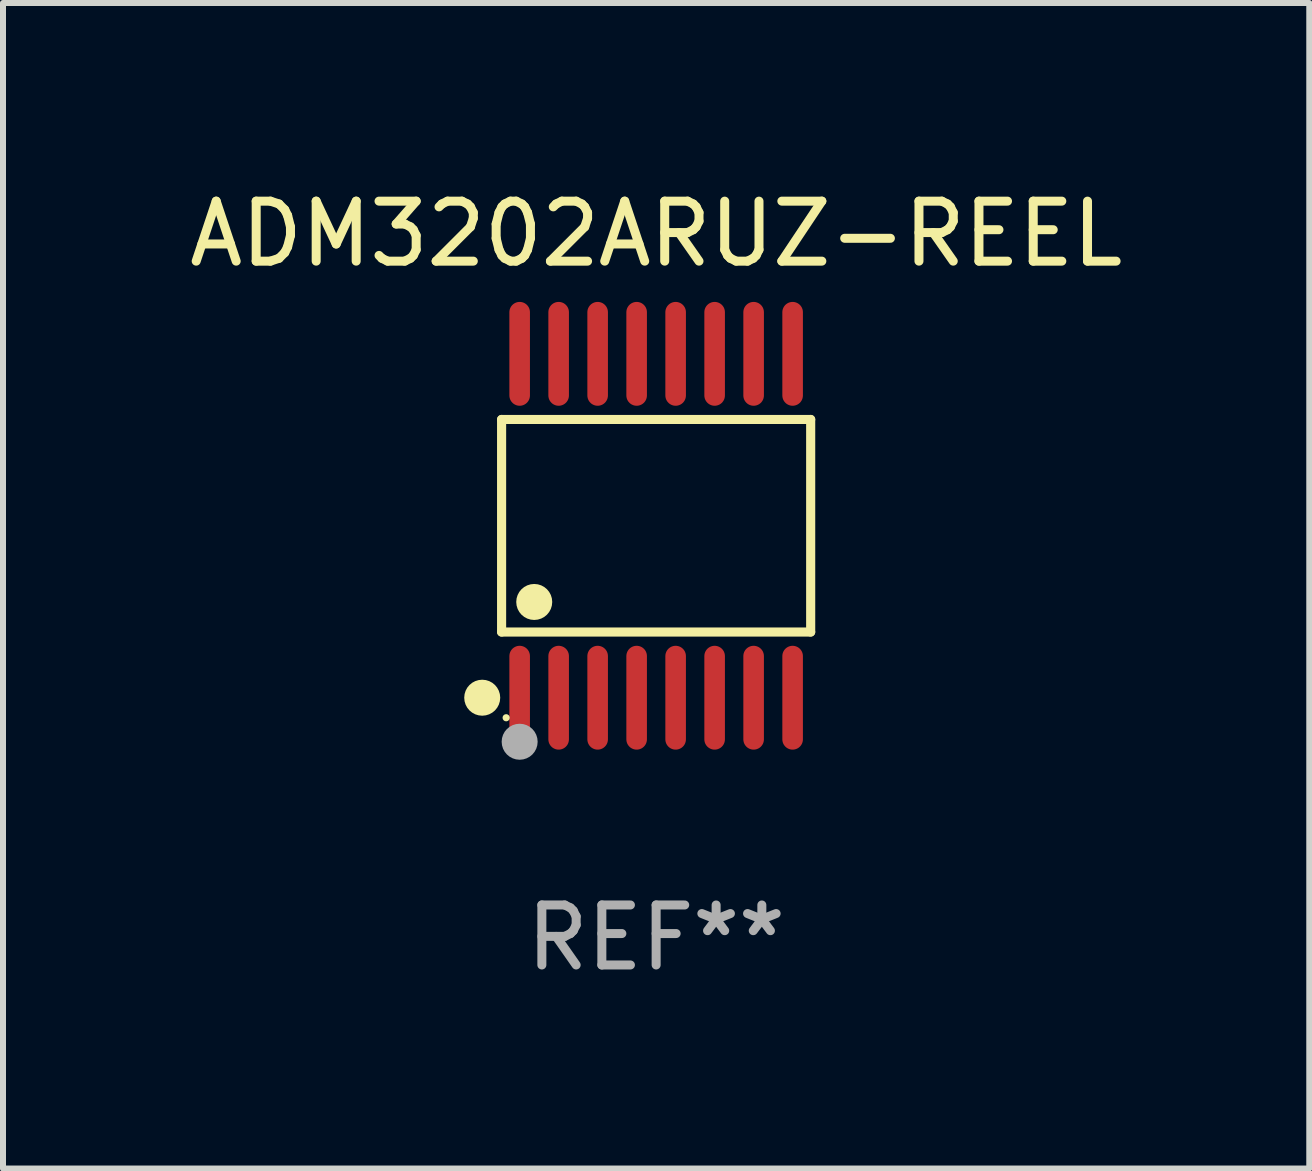
<source format=kicad_pcb>
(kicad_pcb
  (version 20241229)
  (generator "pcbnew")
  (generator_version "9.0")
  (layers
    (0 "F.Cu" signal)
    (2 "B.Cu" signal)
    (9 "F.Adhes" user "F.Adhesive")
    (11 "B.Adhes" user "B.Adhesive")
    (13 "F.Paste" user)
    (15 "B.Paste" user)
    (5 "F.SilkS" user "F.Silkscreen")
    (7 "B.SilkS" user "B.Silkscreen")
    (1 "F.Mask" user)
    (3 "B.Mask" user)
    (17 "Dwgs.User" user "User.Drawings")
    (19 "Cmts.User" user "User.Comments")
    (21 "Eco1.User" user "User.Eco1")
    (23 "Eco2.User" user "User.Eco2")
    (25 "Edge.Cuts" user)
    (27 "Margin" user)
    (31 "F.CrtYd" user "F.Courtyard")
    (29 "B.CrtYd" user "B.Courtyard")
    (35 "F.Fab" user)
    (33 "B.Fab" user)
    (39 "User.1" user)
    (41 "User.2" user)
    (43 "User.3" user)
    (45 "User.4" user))
  (footprint "ADM3202ARUZ-REEL"
    (layer "F.Cu")
    (at 7.887 5.714)
    (property "Reference" "ADM3202ARUZ-REEL" (at 0 -4.866 0) (layer "F.SilkS") (effects (font (size 1 1) (thickness 0.15))))
    (attr through_hole)
    (fp_line (start -2.576 -1.772) (end 2.576 -1.772) (stroke (width 0.152) (type solid)) (layer "F.SilkS"))
    (fp_line (start -2.576 1.771) (end -2.576 -1.772) (stroke (width 0.152) (type solid)) (layer "F.SilkS"))
    (fp_line (start 2.576 -1.772) (end 2.576 1.771) (stroke (width 0.152) (type solid)) (layer "F.SilkS"))
    (fp_line (start 2.576 1.771) (end -2.576 1.771) (stroke (width 0.152) (type solid)) (layer "F.SilkS"))
    (fp_circle (center -2.899 2.866) (end -2.749 2.866) (stroke (width 0.3) (type solid)) (fill no) (layer "F.SilkS"))
    (fp_circle (center -2.5 3.2) (end -2.47 3.2) (stroke (width 0.06) (type solid)) (fill no) (layer "F.SilkS"))
    (fp_circle (center -2.032 1.27) (end -1.882 1.27) (stroke (width 0.3) (type solid)) (fill no) (layer "F.SilkS"))
    (fp_circle (center -2.275 3.6) (end -2.125 3.6) (stroke (width 0.3) (type solid)) (fill no) (layer "F.Fab"))
    (fp_text user "REF**" (at 0 6.866 0) (layer "F.Fab") (effects (font (size 1 1) (thickness 0.15))))
    (pad "1" smd oval (at -2.275 2.866) (size 0.343 1.731) (layers "F.Cu" "F.Mask" "F.Paste"))
    (pad "2" smd oval (at -1.625 2.866) (size 0.343 1.731) (layers "F.Cu" "F.Mask" "F.Paste"))
    (pad "3" smd oval (at -0.975 2.866) (size 0.343 1.731) (layers "F.Cu" "F.Mask" "F.Paste"))
    (pad "4" smd oval (at -0.325 2.866) (size 0.343 1.731) (layers "F.Cu" "F.Mask" "F.Paste"))
    (pad "5" smd oval (at 0.325 2.866) (size 0.343 1.731) (layers "F.Cu" "F.Mask" "F.Paste"))
    (pad "6" smd oval (at 0.975 2.866) (size 0.343 1.731) (layers "F.Cu" "F.Mask" "F.Paste"))
    (pad "7" smd oval (at 1.625 2.866) (size 0.343 1.731) (layers "F.Cu" "F.Mask" "F.Paste"))
    (pad "8" smd oval (at 2.275 2.866) (size 0.343 1.731) (layers "F.Cu" "F.Mask" "F.Paste"))
    (pad "9" smd oval (at 2.275 -2.866) (size 0.343 1.731) (layers "F.Cu" "F.Mask" "F.Paste"))
    (pad "10" smd oval (at 1.625 -2.866) (size 0.343 1.731) (layers "F.Cu" "F.Mask" "F.Paste"))
    (pad "11" smd oval (at 0.975 -2.866) (size 0.343 1.731) (layers "F.Cu" "F.Mask" "F.Paste"))
    (pad "12" smd oval (at 0.325 -2.866) (size 0.343 1.731) (layers "F.Cu" "F.Mask" "F.Paste"))
    (pad "13" smd oval (at -0.325 -2.866) (size 0.343 1.731) (layers "F.Cu" "F.Mask" "F.Paste"))
    (pad "14" smd oval (at -0.975 -2.866) (size 0.343 1.731) (layers "F.Cu" "F.Mask" "F.Paste"))
    (pad "15" smd oval (at -1.625 -2.866) (size 0.343 1.731) (layers "F.Cu" "F.Mask" "F.Paste"))
    (pad "16" smd oval (at -2.275 -2.866) (size 0.343 1.731) (layers "F.Cu" "F.Mask" "F.Paste")))
  (gr_rect
    (start -3 -3)
    (end 18.774 16.428)
    (stroke (width 0.1) (type default))
    (fill no)
    (layer "Edge.Cuts")))
</source>
